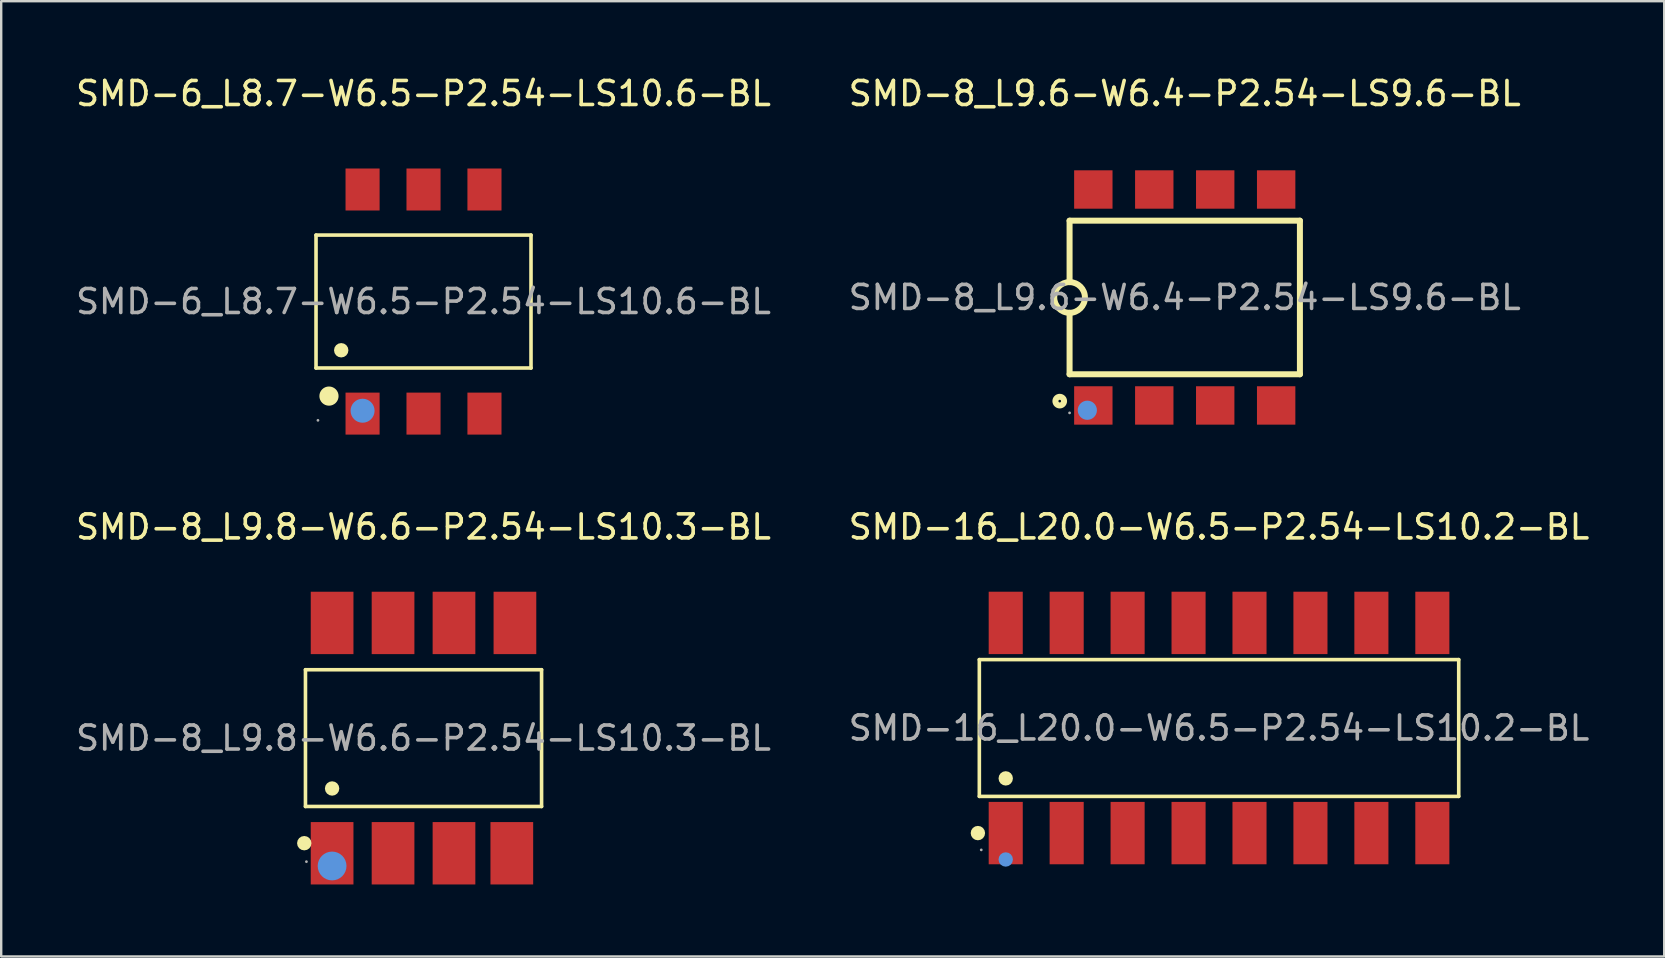
<source format=kicad_pcb>
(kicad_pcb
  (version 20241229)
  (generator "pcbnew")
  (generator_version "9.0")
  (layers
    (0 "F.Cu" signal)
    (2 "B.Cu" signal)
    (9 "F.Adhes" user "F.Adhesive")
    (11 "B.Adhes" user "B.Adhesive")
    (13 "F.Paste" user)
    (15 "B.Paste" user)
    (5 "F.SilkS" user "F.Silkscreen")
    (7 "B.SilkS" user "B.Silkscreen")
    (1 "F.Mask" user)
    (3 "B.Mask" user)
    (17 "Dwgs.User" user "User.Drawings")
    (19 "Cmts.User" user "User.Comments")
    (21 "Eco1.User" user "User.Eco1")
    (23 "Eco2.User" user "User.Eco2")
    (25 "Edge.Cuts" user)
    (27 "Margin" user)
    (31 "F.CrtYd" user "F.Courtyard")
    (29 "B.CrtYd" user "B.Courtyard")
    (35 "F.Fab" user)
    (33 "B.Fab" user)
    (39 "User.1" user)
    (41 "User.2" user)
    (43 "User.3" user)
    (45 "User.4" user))
  (footprint "SMD-6_L8.7-W6.5-P2.54-LS10.6-BL"
    (layer "F.Cu")
    (at 14.601 9.518)
    (property "Reference" "SMD-6_L8.7-W6.5-P2.54-LS10.6-BL" (at 0 -8.67 0) (layer "F.SilkS") (effects (font (size 1 1) (thickness 0.15))))
    (attr through_hole)
    (fp_line (start -4.48 -2.77) (end 4.48 -2.77) (stroke (width 0.15) (type solid)) (layer "F.SilkS"))
    (fp_line (start -4.48 2.77) (end -4.48 -2.77) (stroke (width 0.15) (type solid)) (layer "F.SilkS"))
    (fp_line (start 4.48 -2.77) (end 4.48 2.77) (stroke (width 0.15) (type solid)) (layer "F.SilkS"))
    (fp_line (start 4.48 2.77) (end -4.48 2.77) (stroke (width 0.15) (type solid)) (layer "F.SilkS"))
    (fp_circle (center -3.94 3.94) (end -3.74 3.94) (stroke (width 0.4) (type solid)) (fill no) (layer "F.SilkS"))
    (fp_circle (center -3.43 2.03) (end -3.28 2.03) (stroke (width 0.3) (type solid)) (fill no) (layer "F.SilkS"))
    (fp_circle (center -2.54 4.55) (end -2.29 4.55) (stroke (width 0.5) (type solid)) (fill no) (layer "Cmts.User"))
    (fp_circle (center -4.4 4.95) (end -4.37 4.95) (stroke (width 0.06) (type solid)) (fill no) (layer "F.Fab"))
    (fp_text user "${REFERENCE}" (at 0 0 0) (layer "F.Fab") (effects (font (size 1 1) (thickness 0.15))))
    (pad "1" smd rect (at -2.54 4.67) (size 1.42 1.75) (layers "F.Cu" "F.Mask" "F.Paste"))
    (pad "2" smd rect (at 0 4.67) (size 1.42 1.75) (layers "F.Cu" "F.Mask" "F.Paste"))
    (pad "3" smd rect (at 2.54 4.67) (size 1.42 1.75) (layers "F.Cu" "F.Mask" "F.Paste"))
    (pad "4" smd rect (at 2.54 -4.67) (size 1.42 1.75) (layers "F.Cu" "F.Mask" "F.Paste"))
    (pad "5" smd rect (at 0 -4.67) (size 1.42 1.75) (layers "F.Cu" "F.Mask" "F.Paste"))
    (pad "6" smd rect (at -2.54 -4.67) (size 1.42 1.75) (layers "F.Cu" "F.Mask" "F.Paste")))
  (footprint "SMD-16_L20.0-W6.5-P2.54-LS10.2-BL"
    (layer "F.Cu")
    (at 47.756 27.291)
    (property "Reference" "SMD-16_L20.0-W6.5-P2.54-LS10.2-BL" (at 0 -8.38 0) (layer "F.SilkS") (effects (font (size 1 1) (thickness 0.15))))
    (attr through_hole)
    (fp_line (start -9.99 -2.85) (end 9.99 -2.85) (stroke (width 0.15) (type solid)) (layer "F.SilkS"))
    (fp_line (start -9.99 2.85) (end -9.99 -2.85) (stroke (width 0.15) (type solid)) (layer "F.SilkS"))
    (fp_line (start 9.99 -2.85) (end 9.99 2.85) (stroke (width 0.15) (type solid)) (layer "F.SilkS"))
    (fp_line (start 9.99 2.85) (end -9.99 2.85) (stroke (width 0.15) (type solid)) (layer "F.SilkS"))
    (fp_circle (center -10.05 4.38) (end -9.9 4.38) (stroke (width 0.3) (type solid)) (fill no) (layer "F.SilkS"))
    (fp_circle (center -8.89 2.1) (end -8.74 2.1) (stroke (width 0.3) (type solid)) (fill no) (layer "F.SilkS"))
    (fp_circle (center -8.89 5.48) (end -8.74 5.48) (stroke (width 0.3) (type solid)) (fill no) (layer "Cmts.User"))
    (fp_circle (center -9.91 5.08) (end -9.88 5.08) (stroke (width 0.06) (type solid)) (fill no) (layer "F.Fab"))
    (fp_text user "${REFERENCE}" (at 0 0 0) (layer "F.Fab") (effects (font (size 1 1) (thickness 0.15))))
    (pad "1" smd rect (at -8.89 4.38) (size 1.42 2.6) (layers "F.Cu" "F.Mask" "F.Paste"))
    (pad "2" smd rect (at -6.35 4.38) (size 1.42 2.6) (layers "F.Cu" "F.Mask" "F.Paste"))
    (pad "3" smd rect (at -3.81 4.38) (size 1.42 2.6) (layers "F.Cu" "F.Mask" "F.Paste"))
    (pad "4" smd rect (at -1.27 4.38) (size 1.42 2.6) (layers "F.Cu" "F.Mask" "F.Paste"))
    (pad "5" smd rect (at 1.27 4.38) (size 1.42 2.6) (layers "F.Cu" "F.Mask" "F.Paste"))
    (pad "6" smd rect (at 3.81 4.38) (size 1.42 2.6) (layers "F.Cu" "F.Mask" "F.Paste"))
    (pad "7" smd rect (at 6.35 4.38) (size 1.42 2.6) (layers "F.Cu" "F.Mask" "F.Paste"))
    (pad "8" smd rect (at 8.89 4.38) (size 1.42 2.6) (layers "F.Cu" "F.Mask" "F.Paste"))
    (pad "9" smd rect (at 8.89 -4.38) (size 1.42 2.6) (layers "F.Cu" "F.Mask" "F.Paste"))
    (pad "10" smd rect (at 6.35 -4.38) (size 1.42 2.6) (layers "F.Cu" "F.Mask" "F.Paste"))
    (pad "11" smd rect (at 3.81 -4.38) (size 1.42 2.6) (layers "F.Cu" "F.Mask" "F.Paste"))
    (pad "12" smd rect (at 1.27 -4.38) (size 1.42 2.6) (layers "F.Cu" "F.Mask" "F.Paste"))
    (pad "13" smd rect (at -1.27 -4.38) (size 1.42 2.6) (layers "F.Cu" "F.Mask" "F.Paste"))
    (pad "14" smd rect (at -3.81 -4.38) (size 1.42 2.6) (layers "F.Cu" "F.Mask" "F.Paste"))
    (pad "15" smd rect (at -6.35 -4.38) (size 1.42 2.6) (layers "F.Cu" "F.Mask" "F.Paste"))
    (pad "16" smd rect (at -8.89 -4.38) (size 1.42 2.6) (layers "F.Cu" "F.Mask" "F.Paste")))
  (footprint "SMD-8_L9.8-W6.6-P2.54-LS10.3-BL"
    (layer "F.Cu")
    (at 14.601 27.712)
    (property "Reference" "SMD-8_L9.8-W6.6-P2.54-LS10.3-BL" (at 0 -8.8 0) (layer "F.SilkS") (effects (font (size 1 1) (thickness 0.15))))
    (attr through_hole)
    (fp_line (start -4.92 -2.85) (end 4.92 -2.85) (stroke (width 0.15) (type solid)) (layer "F.SilkS"))
    (fp_line (start -4.92 2.85) (end -4.92 -2.85) (stroke (width 0.15) (type solid)) (layer "F.SilkS"))
    (fp_line (start 4.92 -2.85) (end 4.92 2.85) (stroke (width 0.15) (type solid)) (layer "F.SilkS"))
    (fp_line (start 4.92 2.85) (end -4.92 2.85) (stroke (width 0.15) (type solid)) (layer "F.SilkS"))
    (fp_circle (center -4.97 4.38) (end -4.82 4.38) (stroke (width 0.3) (type solid)) (fill no) (layer "F.SilkS"))
    (fp_circle (center -3.81 2.1) (end -3.66 2.1) (stroke (width 0.3) (type solid)) (fill no) (layer "F.SilkS"))
    (fp_circle (center -3.81 5.33) (end -3.51 5.33) (stroke (width 0.6) (type solid)) (fill no) (layer "Cmts.User"))
    (fp_circle (center -4.88 5.15) (end -4.85 5.15) (stroke (width 0.06) (type solid)) (fill no) (layer "F.Fab"))
    (fp_text user "${REFERENCE}" (at 0 0 0) (layer "F.Fab") (effects (font (size 1 1) (thickness 0.15))))
    (pad "1" smd rect (at -3.81 4.8) (size 1.78 2.6) (layers "F.Cu" "F.Mask" "F.Paste"))
    (pad "2" smd rect (at -1.27 4.8) (size 1.78 2.6) (layers "F.Cu" "F.Mask" "F.Paste"))
    (pad "3" smd rect (at 1.27 4.8) (size 1.78 2.6) (layers "F.Cu" "F.Mask" "F.Paste"))
    (pad "4" smd rect (at 3.68 4.8) (size 1.78 2.6) (layers "F.Cu" "F.Mask" "F.Paste"))
    (pad "5" smd rect (at 3.81 -4.8) (size 1.78 2.6) (layers "F.Cu" "F.Mask" "F.Paste"))
    (pad "6" smd rect (at 1.27 -4.8) (size 1.78 2.6) (layers "F.Cu" "F.Mask" "F.Paste"))
    (pad "7" smd rect (at -1.27 -4.8) (size 1.78 2.6) (layers "F.Cu" "F.Mask" "F.Paste"))
    (pad "8" smd rect (at -3.81 -4.8) (size 1.78 2.6) (layers "F.Cu" "F.Mask" "F.Paste")))
  (footprint "SMD-8_L9.6-W6.4-P2.54-LS9.6-BL"
    (layer "F.Cu")
    (at 46.327 9.348)
    (property "Reference" "SMD-8_L9.6-W6.4-P2.54-LS9.6-BL" (at 0 -8.5 0) (layer "F.SilkS") (effects (font (size 1 1) (thickness 0.15))))
    (attr through_hole)
    (fp_line (start -4.8 -3.2) (end -4.8 -0.64) (stroke (width 0.25) (type solid)) (layer "F.SilkS"))
    (fp_line (start -4.8 3.2) (end -4.8 0.64) (stroke (width 0.25) (type solid)) (layer "F.SilkS"))
    (fp_line (start 4.8 -3.2) (end -4.8 -3.2) (stroke (width 0.25) (type solid)) (layer "F.SilkS"))
    (fp_line (start 4.8 3.2) (end -4.8 3.2) (stroke (width 0.25) (type solid)) (layer "F.SilkS"))
    (fp_line (start 4.8 3.2) (end 4.8 -3.2) (stroke (width 0.25) (type solid)) (layer "F.SilkS"))
    (fp_arc (start -4.81117 0.639903) (mid -4.794415 -0.639976) (end -4.8 0.64) (stroke (width 0.25) (type solid)) (layer "F.SilkS"))
    (fp_circle (center -5.21 4.32) (end -5.03 4.32) (stroke (width 0.25) (type solid)) (fill no) (layer "F.SilkS"))
    (fp_circle (center -4.06 4.7) (end -3.86 4.7) (stroke (width 0.4) (type solid)) (fill no) (layer "Cmts.User"))
    (fp_circle (center -4.8 4.81) (end -4.77 4.81) (stroke (width 0.06) (type solid)) (fill no) (layer "F.Fab"))
    (fp_text user "${REFERENCE}" (at 0 0 0) (layer "F.Fab") (effects (font (size 1 1) (thickness 0.15))))
    (pad "1" smd rect (at -3.81 4.5) (size 1.6 1.6) (layers "F.Cu" "F.Mask" "F.Paste"))
    (pad "2" smd rect (at -1.27 4.5) (size 1.6 1.6) (layers "F.Cu" "F.Mask" "F.Paste"))
    (pad "3" smd rect (at 1.27 4.5) (size 1.6 1.6) (layers "F.Cu" "F.Mask" "F.Paste"))
    (pad "4" smd rect (at 3.81 4.5) (size 1.6 1.6) (layers "F.Cu" "F.Mask" "F.Paste"))
    (pad "5" smd rect (at 3.81 -4.5) (size 1.6 1.6) (layers "F.Cu" "F.Mask" "F.Paste"))
    (pad "6" smd rect (at 1.27 -4.5) (size 1.6 1.6) (layers "F.Cu" "F.Mask" "F.Paste"))
    (pad "7" smd rect (at -1.27 -4.5) (size 1.6 1.6) (layers "F.Cu" "F.Mask" "F.Paste"))
    (pad "8" smd rect (at -3.81 -4.5) (size 1.6 1.6) (layers "F.Cu" "F.Mask" "F.Paste")))
  (gr_rect
    (start -3 -3)
    (end 66.31 36.812)
    (stroke (width 0.1) (type default))
    (fill no)
    (layer "Edge.Cuts")))
</source>
